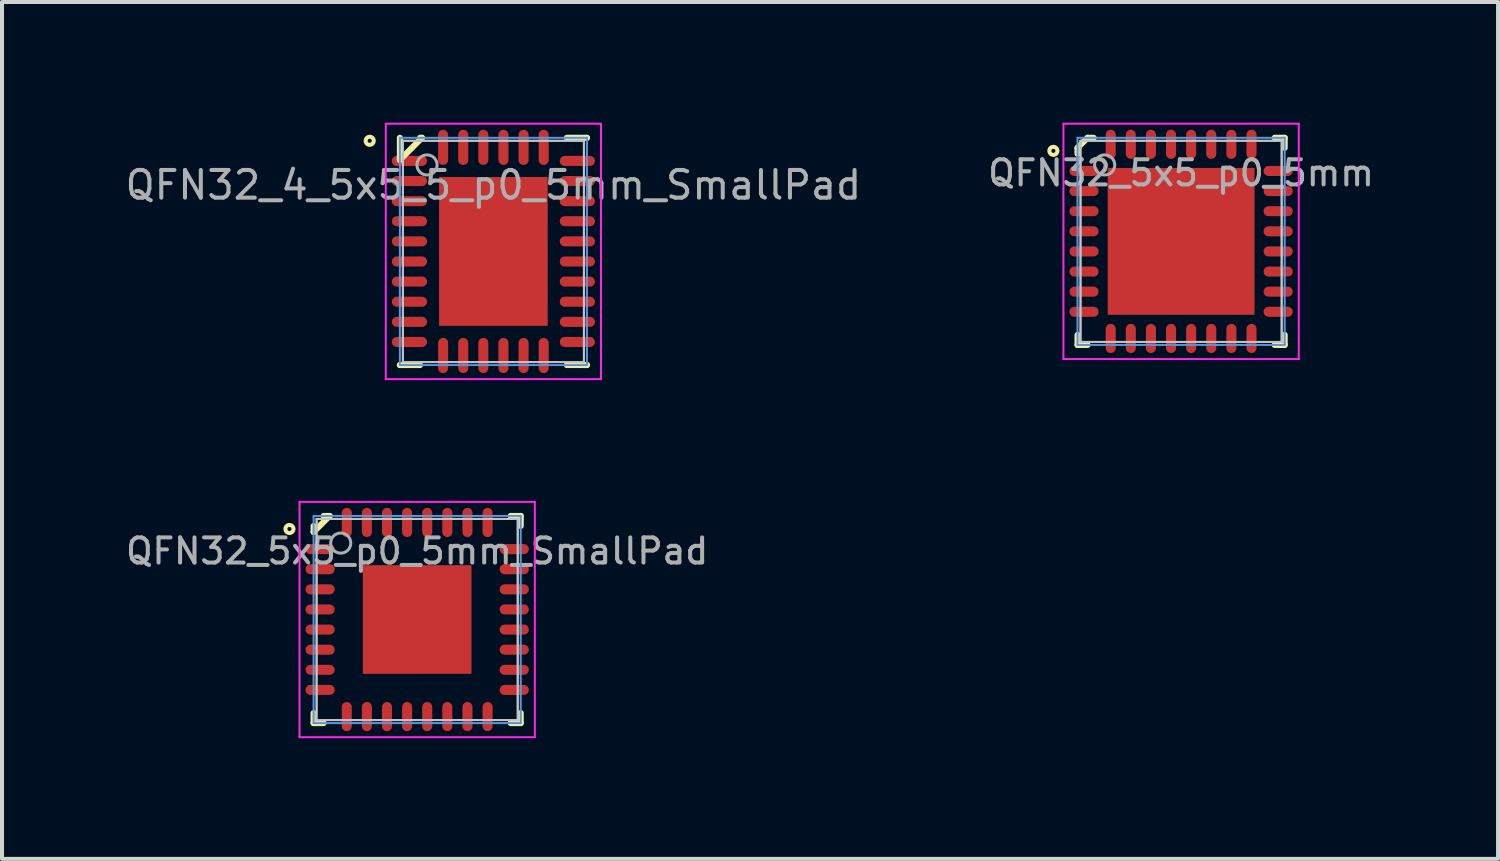
<source format=kicad_pcb>
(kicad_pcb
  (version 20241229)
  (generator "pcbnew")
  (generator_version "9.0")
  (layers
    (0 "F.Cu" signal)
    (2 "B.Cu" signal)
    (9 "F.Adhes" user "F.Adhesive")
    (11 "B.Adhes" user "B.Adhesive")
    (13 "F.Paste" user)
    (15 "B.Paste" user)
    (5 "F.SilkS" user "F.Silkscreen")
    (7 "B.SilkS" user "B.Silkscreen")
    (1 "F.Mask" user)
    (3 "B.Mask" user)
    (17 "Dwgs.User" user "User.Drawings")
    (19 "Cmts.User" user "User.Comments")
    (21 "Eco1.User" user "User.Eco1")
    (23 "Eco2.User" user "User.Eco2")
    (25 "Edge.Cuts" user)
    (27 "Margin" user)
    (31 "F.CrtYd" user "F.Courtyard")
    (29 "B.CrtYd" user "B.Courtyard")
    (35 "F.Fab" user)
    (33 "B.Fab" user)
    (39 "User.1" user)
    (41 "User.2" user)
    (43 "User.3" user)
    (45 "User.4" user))
  (footprint "QFN32_4_5x5_5_p0_5mm_SmallPad"
    (layer "F.Cu")
    (at 9.215 3.2)
    (property "Reference" "QFN32_4_5x5_5_p0_5mm_SmallPad" (at 0 -1.65 0) (layer "F.Fab") (effects (font (size 0.688 0.688) (thickness 0.1))))
    (attr through_hole)
    (fp_line (start -2.325 -2.275) (end -2.325 -2.825) (stroke (width 0.15) (type solid)) (layer "F.SilkS"))
    (fp_line (start -2.325 -2.275) (end -1.775 -2.825) (stroke (width 0.15) (type solid)) (layer "F.SilkS"))
    (fp_line (start -2.325 2.825) (end -2.325 2.825) (stroke (width 0.15) (type solid)) (layer "F.SilkS"))
    (fp_line (start -2.325 2.825) (end -1.825 2.825) (stroke (width 0.15) (type solid)) (layer "F.SilkS"))
    (fp_line (start -1.825 -2.825) (end -1.775 -2.825) (stroke (width 0.15) (type solid)) (layer "F.SilkS"))
    (fp_line (start 2.325 -2.825) (end 1.825 -2.825) (stroke (width 0.15) (type solid)) (layer "F.SilkS"))
    (fp_line (start 2.325 -2.825) (end 2.325 -2.825) (stroke (width 0.15) (type solid)) (layer "F.SilkS"))
    (fp_line (start 2.325 2.825) (end 1.825 2.825) (stroke (width 0.15) (type solid)) (layer "F.SilkS"))
    (fp_line (start 2.325 2.825) (end 2.325 2.825) (stroke (width 0.15) (type solid)) (layer "F.SilkS"))
    (fp_circle (center -3.075 -2.75) (end -3.004 -2.679) (stroke (width 0.1) (type solid)) (fill no) (layer "F.SilkS"))
    (fp_line (start -2.25 -2.75) (end -2.25 2.75) (stroke (width 0.05) (type solid)) (layer "Dwgs.User"))
    (fp_line (start -2.25 -2.75) (end 2.25 -2.75) (stroke (width 0.05) (type solid)) (layer "Dwgs.User"))
    (fp_line (start -2.25 2.75) (end 2.25 2.75) (stroke (width 0.05) (type solid)) (layer "Dwgs.User"))
    (fp_line (start 2.25 -2.75) (end 2.25 2.75) (stroke (width 0.05) (type solid)) (layer "Dwgs.User"))
    (fp_line (start -2.325 -2.825) (end -2.325 2.825) (stroke (width 0.05) (type solid)) (layer "Cmts.User"))
    (fp_line (start -2.325 -2.825) (end 2.325 -2.825) (stroke (width 0.05) (type solid)) (layer "Cmts.User"))
    (fp_line (start -2.325 2.825) (end 2.325 2.825) (stroke (width 0.05) (type solid)) (layer "Cmts.User"))
    (fp_line (start 2.325 -2.825) (end 2.325 2.825) (stroke (width 0.05) (type solid)) (layer "Cmts.User"))
    (fp_line (start -2.175 -2.675) (end -2.175 2.675) (stroke (width 0.05) (type solid)) (layer "Eco1.User"))
    (fp_line (start -2.175 -2.675) (end 2.175 -2.675) (stroke (width 0.05) (type solid)) (layer "Eco1.User"))
    (fp_line (start -2.175 2.675) (end 2.175 2.675) (stroke (width 0.05) (type solid)) (layer "Eco1.User"))
    (fp_line (start 2.175 -2.675) (end 2.175 2.675) (stroke (width 0.05) (type solid)) (layer "Eco1.User"))
    (fp_line (start -2.675 -3.175) (end -2.675 3.175) (stroke (width 0.05) (type solid)) (layer "F.CrtYd"))
    (fp_line (start -2.675 -3.175) (end 2.675 -3.175) (stroke (width 0.05) (type solid)) (layer "F.CrtYd"))
    (fp_line (start -2.675 3.175) (end 2.675 3.175) (stroke (width 0.05) (type solid)) (layer "F.CrtYd"))
    (fp_line (start 2.675 -3.175) (end 2.675 3.175) (stroke (width 0.05) (type solid)) (layer "F.CrtYd"))
    (fp_line (start -2.25 -2.75) (end -2.25 2.75) (stroke (width 0.05) (type solid)) (layer "F.Fab"))
    (fp_line (start -2.25 -2.75) (end 2.25 -2.75) (stroke (width 0.05) (type solid)) (layer "F.Fab"))
    (fp_line (start -2.25 2.75) (end 2.25 2.75) (stroke (width 0.05) (type solid)) (layer "F.Fab"))
    (fp_line (start 2.25 -2.75) (end 2.25 2.75) (stroke (width 0.05) (type solid)) (layer "F.Fab"))
    (fp_circle (center -1.65 -2.15) (end -1.473 -1.973) (stroke (width 0.075) (type solid)) (fill no) (layer "F.Fab"))
    (pad "1" smd oval (at -2.087 -2.25 180) (size 0.875 0.25) (layers "F.Cu" "F.Mask" "F.Paste"))
    (pad "2" smd oval (at -2.087 -1.75 180) (size 0.875 0.25) (layers "F.Cu" "F.Mask" "F.Paste"))
    (pad "3" smd oval (at -2.087 -1.25 180) (size 0.875 0.25) (layers "F.Cu" "F.Mask" "F.Paste"))
    (pad "4" smd oval (at -2.087 -0.75 180) (size 0.875 0.25) (layers "F.Cu" "F.Mask" "F.Paste"))
    (pad "5" smd oval (at -2.087 -0.25 180) (size 0.875 0.25) (layers "F.Cu" "F.Mask" "F.Paste"))
    (pad "6" smd oval (at -2.087 0.25 180) (size 0.875 0.25) (layers "F.Cu" "F.Mask" "F.Paste"))
    (pad "7" smd oval (at -2.087 0.75 180) (size 0.875 0.25) (layers "F.Cu" "F.Mask" "F.Paste"))
    (pad "8" smd oval (at -2.087 1.25 180) (size 0.875 0.25) (layers "F.Cu" "F.Mask" "F.Paste"))
    (pad "9" smd oval (at -2.087 1.75 180) (size 0.875 0.25) (layers "F.Cu" "F.Mask" "F.Paste"))
    (pad "10" smd oval (at -2.087 2.25 180) (size 0.875 0.25) (layers "F.Cu" "F.Mask" "F.Paste"))
    (pad "11" smd oval (at -1.25 2.587 270) (size 0.875 0.25) (layers "F.Cu" "F.Mask" "F.Paste"))
    (pad "12" smd oval (at -0.75 2.587 270) (size 0.875 0.25) (layers "F.Cu" "F.Mask" "F.Paste"))
    (pad "13" smd oval (at -0.25 2.587 270) (size 0.875 0.25) (layers "F.Cu" "F.Mask" "F.Paste"))
    (pad "14" smd oval (at 0.25 2.587 270) (size 0.875 0.25) (layers "F.Cu" "F.Mask" "F.Paste"))
    (pad "15" smd oval (at 0.75 2.587 270) (size 0.875 0.25) (layers "F.Cu" "F.Mask" "F.Paste"))
    (pad "16" smd oval (at 1.25 2.587 270) (size 0.875 0.25) (layers "F.Cu" "F.Mask" "F.Paste"))
    (pad "17" smd oval (at 2.087 2.25) (size 0.875 0.25) (layers "F.Cu" "F.Mask" "F.Paste"))
    (pad "18" smd oval (at 2.087 1.75) (size 0.875 0.25) (layers "F.Cu" "F.Mask" "F.Paste"))
    (pad "19" smd oval (at 2.087 1.25) (size 0.875 0.25) (layers "F.Cu" "F.Mask" "F.Paste"))
    (pad "20" smd oval (at 2.087 0.75) (size 0.875 0.25) (layers "F.Cu" "F.Mask" "F.Paste"))
    (pad "21" smd oval (at 2.087 0.25) (size 0.875 0.25) (layers "F.Cu" "F.Mask" "F.Paste"))
    (pad "22" smd oval (at 2.087 -0.25) (size 0.875 0.25) (layers "F.Cu" "F.Mask" "F.Paste"))
    (pad "23" smd oval (at 2.087 -0.75) (size 0.875 0.25) (layers "F.Cu" "F.Mask" "F.Paste"))
    (pad "24" smd oval (at 2.087 -1.25) (size 0.875 0.25) (layers "F.Cu" "F.Mask" "F.Paste"))
    (pad "25" smd oval (at 2.087 -1.75) (size 0.875 0.25) (layers "F.Cu" "F.Mask" "F.Paste"))
    (pad "26" smd oval (at 2.087 -2.25) (size 0.875 0.25) (layers "F.Cu" "F.Mask" "F.Paste"))
    (pad "27" smd oval (at 1.25 -2.587 90) (size 0.875 0.25) (layers "F.Cu" "F.Mask" "F.Paste"))
    (pad "28" smd oval (at 0.75 -2.587 90) (size 0.875 0.25) (layers "F.Cu" "F.Mask" "F.Paste"))
    (pad "29" smd oval (at 0.25 -2.587 90) (size 0.875 0.25) (layers "F.Cu" "F.Mask" "F.Paste"))
    (pad "30" smd oval (at -0.25 -2.587 90) (size 0.875 0.25) (layers "F.Cu" "F.Mask" "F.Paste"))
    (pad "31" smd oval (at -0.75 -2.587 90) (size 0.875 0.25) (layers "F.Cu" "F.Mask" "F.Paste"))
    (pad "32" smd oval (at -1.25 -2.587 90) (size 0.875 0.25) (layers "F.Cu" "F.Mask" "F.Paste"))
    (pad "33" smd rect (at 0 0) (size 2.7 3.7) (layers "F.Cu" "F.Mask" "F.Paste")))
  (footprint "QFN32_5x5_p0_5mm"
    (layer "F.Cu")
    (at 26.31 2.95)
    (property "Reference" "QFN32_5x5_p0_5mm" (at 0 -1.7 0) (layer "F.Fab") (effects (font (size 0.625 0.625) (thickness 0.1))))
    (attr through_hole)
    (fp_line (start -2.575 -2.325) (end -2.325 -2.575) (stroke (width 0.15) (type solid)) (layer "F.SilkS"))
    (fp_line (start -2.575 -2.175) (end -2.575 -2.325) (stroke (width 0.15) (type solid)) (layer "F.SilkS"))
    (fp_line (start -2.575 2.575) (end -2.575 2.325) (stroke (width 0.15) (type solid)) (layer "F.SilkS"))
    (fp_line (start -2.575 2.575) (end -2.325 2.575) (stroke (width 0.15) (type solid)) (layer "F.SilkS"))
    (fp_line (start -2.325 -2.575) (end -2.175 -2.575) (stroke (width 0.15) (type solid)) (layer "F.SilkS"))
    (fp_line (start 2.575 -2.575) (end 2.325 -2.575) (stroke (width 0.15) (type solid)) (layer "F.SilkS"))
    (fp_line (start 2.575 -2.575) (end 2.575 -2.325) (stroke (width 0.15) (type solid)) (layer "F.SilkS"))
    (fp_line (start 2.575 2.575) (end 2.325 2.575) (stroke (width 0.15) (type solid)) (layer "F.SilkS"))
    (fp_line (start 2.575 2.575) (end 2.575 2.325) (stroke (width 0.15) (type solid)) (layer "F.SilkS"))
    (fp_circle (center -3.175 -2.25) (end -3.104 -2.179) (stroke (width 0.1) (type solid)) (fill no) (layer "F.SilkS"))
    (fp_line (start -2.5 -2.5) (end -2.5 2.5) (stroke (width 0.05) (type solid)) (layer "Dwgs.User"))
    (fp_line (start -2.5 -2.5) (end 2.5 -2.5) (stroke (width 0.05) (type solid)) (layer "Dwgs.User"))
    (fp_line (start -2.5 2.5) (end 2.5 2.5) (stroke (width 0.05) (type solid)) (layer "Dwgs.User"))
    (fp_line (start 2.5 -2.5) (end 2.5 2.5) (stroke (width 0.05) (type solid)) (layer "Dwgs.User"))
    (fp_line (start -2.575 -2.575) (end -2.575 2.575) (stroke (width 0.05) (type solid)) (layer "Cmts.User"))
    (fp_line (start -2.575 -2.575) (end 2.575 -2.575) (stroke (width 0.05) (type solid)) (layer "Cmts.User"))
    (fp_line (start -2.575 2.575) (end 2.575 2.575) (stroke (width 0.05) (type solid)) (layer "Cmts.User"))
    (fp_line (start 2.575 -2.575) (end 2.575 2.575) (stroke (width 0.05) (type solid)) (layer "Cmts.User"))
    (fp_line (start -2.425 -2.425) (end -2.425 2.425) (stroke (width 0.05) (type solid)) (layer "Eco1.User"))
    (fp_line (start -2.425 -2.425) (end 2.425 -2.425) (stroke (width 0.05) (type solid)) (layer "Eco1.User"))
    (fp_line (start -2.425 2.425) (end 2.425 2.425) (stroke (width 0.05) (type solid)) (layer "Eco1.User"))
    (fp_line (start 2.425 -2.425) (end 2.425 2.425) (stroke (width 0.05) (type solid)) (layer "Eco1.User"))
    (fp_line (start -2.925 -2.925) (end -2.925 2.925) (stroke (width 0.05) (type solid)) (layer "F.CrtYd"))
    (fp_line (start -2.925 -2.925) (end 2.925 -2.925) (stroke (width 0.05) (type solid)) (layer "F.CrtYd"))
    (fp_line (start -2.925 2.925) (end 2.925 2.925) (stroke (width 0.05) (type solid)) (layer "F.CrtYd"))
    (fp_line (start 2.925 -2.925) (end 2.925 2.925) (stroke (width 0.05) (type solid)) (layer "F.CrtYd"))
    (fp_line (start -2.5 -2.5) (end -2.5 2.5) (stroke (width 0.05) (type solid)) (layer "F.Fab"))
    (fp_line (start -2.5 -2.5) (end 2.5 -2.5) (stroke (width 0.05) (type solid)) (layer "F.Fab"))
    (fp_line (start -2.5 2.5) (end 2.5 2.5) (stroke (width 0.05) (type solid)) (layer "F.Fab"))
    (fp_line (start 2.5 -2.5) (end 2.5 2.5) (stroke (width 0.05) (type solid)) (layer "F.Fab"))
    (fp_circle (center -1.9 -1.9) (end -1.723 -1.723) (stroke (width 0.075) (type solid)) (fill no) (layer "F.Fab"))
    (pad "1" smd oval (at -2.413 -1.75 180) (size 0.725 0.25) (layers "F.Cu" "F.Mask" "F.Paste"))
    (pad "2" smd oval (at -2.413 -1.25 180) (size 0.725 0.25) (layers "F.Cu" "F.Mask" "F.Paste"))
    (pad "3" smd oval (at -2.413 -0.75 180) (size 0.725 0.25) (layers "F.Cu" "F.Mask" "F.Paste"))
    (pad "4" smd oval (at -2.413 -0.25 180) (size 0.725 0.25) (layers "F.Cu" "F.Mask" "F.Paste"))
    (pad "5" smd oval (at -2.413 0.25 180) (size 0.725 0.25) (layers "F.Cu" "F.Mask" "F.Paste"))
    (pad "6" smd oval (at -2.413 0.75 180) (size 0.725 0.25) (layers "F.Cu" "F.Mask" "F.Paste"))
    (pad "7" smd oval (at -2.413 1.25 180) (size 0.725 0.25) (layers "F.Cu" "F.Mask" "F.Paste"))
    (pad "8" smd oval (at -2.413 1.75 180) (size 0.725 0.25) (layers "F.Cu" "F.Mask" "F.Paste"))
    (pad "9" smd oval (at -1.75 2.413 270) (size 0.725 0.25) (layers "F.Cu" "F.Mask" "F.Paste"))
    (pad "10" smd oval (at -1.25 2.413 270) (size 0.725 0.25) (layers "F.Cu" "F.Mask" "F.Paste"))
    (pad "11" smd oval (at -0.75 2.413 270) (size 0.725 0.25) (layers "F.Cu" "F.Mask" "F.Paste"))
    (pad "12" smd oval (at -0.25 2.413 270) (size 0.725 0.25) (layers "F.Cu" "F.Mask" "F.Paste"))
    (pad "13" smd oval (at 0.25 2.413 270) (size 0.725 0.25) (layers "F.Cu" "F.Mask" "F.Paste"))
    (pad "14" smd oval (at 0.75 2.413 270) (size 0.725 0.25) (layers "F.Cu" "F.Mask" "F.Paste"))
    (pad "15" smd oval (at 1.25 2.413 270) (size 0.725 0.25) (layers "F.Cu" "F.Mask" "F.Paste"))
    (pad "16" smd oval (at 1.75 2.413 270) (size 0.725 0.25) (layers "F.Cu" "F.Mask" "F.Paste"))
    (pad "17" smd oval (at 2.413 1.75) (size 0.725 0.25) (layers "F.Cu" "F.Mask" "F.Paste"))
    (pad "18" smd oval (at 2.413 1.25) (size 0.725 0.25) (layers "F.Cu" "F.Mask" "F.Paste"))
    (pad "19" smd oval (at 2.413 0.75) (size 0.725 0.25) (layers "F.Cu" "F.Mask" "F.Paste"))
    (pad "20" smd oval (at 2.413 0.25) (size 0.725 0.25) (layers "F.Cu" "F.Mask" "F.Paste"))
    (pad "21" smd oval (at 2.413 -0.25) (size 0.725 0.25) (layers "F.Cu" "F.Mask" "F.Paste"))
    (pad "22" smd oval (at 2.413 -0.75) (size 0.725 0.25) (layers "F.Cu" "F.Mask" "F.Paste"))
    (pad "23" smd oval (at 2.413 -1.25) (size 0.725 0.25) (layers "F.Cu" "F.Mask" "F.Paste"))
    (pad "24" smd oval (at 2.413 -1.75) (size 0.725 0.25) (layers "F.Cu" "F.Mask" "F.Paste"))
    (pad "25" smd oval (at 1.75 -2.413 90) (size 0.725 0.25) (layers "F.Cu" "F.Mask" "F.Paste"))
    (pad "26" smd oval (at 1.25 -2.413 90) (size 0.725 0.25) (layers "F.Cu" "F.Mask" "F.Paste"))
    (pad "27" smd oval (at 0.75 -2.413 90) (size 0.725 0.25) (layers "F.Cu" "F.Mask" "F.Paste"))
    (pad "28" smd oval (at 0.25 -2.413 90) (size 0.725 0.25) (layers "F.Cu" "F.Mask" "F.Paste"))
    (pad "29" smd oval (at -0.25 -2.413 90) (size 0.725 0.25) (layers "F.Cu" "F.Mask" "F.Paste"))
    (pad "30" smd oval (at -0.75 -2.413 90) (size 0.725 0.25) (layers "F.Cu" "F.Mask" "F.Paste"))
    (pad "31" smd oval (at -1.25 -2.413 90) (size 0.725 0.25) (layers "F.Cu" "F.Mask" "F.Paste"))
    (pad "32" smd oval (at -1.75 -2.413 90) (size 0.725 0.25) (layers "F.Cu" "F.Mask" "F.Paste"))
    (pad "33" smd rect (at 0 0) (size 3.65 3.65) (layers "F.Cu" "F.Mask" "F.Paste")))
  (footprint "QFN32_5x5_p0_5mm_SmallPad"
    (layer "F.Cu")
    (at 7.32 12.35)
    (property "Reference" "QFN32_5x5_p0_5mm_SmallPad" (at 0 -1.7 0) (layer "F.Fab") (effects (font (size 0.625 0.625) (thickness 0.1))))
    (attr through_hole)
    (fp_line (start -2.575 -2.175) (end -2.575 -2.325) (stroke (width 0.15) (type solid)) (layer "F.SilkS"))
    (fp_line (start -2.575 -2.175) (end -2.175 -2.575) (stroke (width 0.15) (type solid)) (layer "F.SilkS"))
    (fp_line (start -2.575 2.575) (end -2.575 2.325) (stroke (width 0.15) (type solid)) (layer "F.SilkS"))
    (fp_line (start -2.575 2.575) (end -2.325 2.575) (stroke (width 0.15) (type solid)) (layer "F.SilkS"))
    (fp_line (start -2.325 -2.575) (end -2.175 -2.575) (stroke (width 0.15) (type solid)) (layer "F.SilkS"))
    (fp_line (start 2.575 -2.575) (end 2.325 -2.575) (stroke (width 0.15) (type solid)) (layer "F.SilkS"))
    (fp_line (start 2.575 -2.575) (end 2.575 -2.325) (stroke (width 0.15) (type solid)) (layer "F.SilkS"))
    (fp_line (start 2.575 2.575) (end 2.325 2.575) (stroke (width 0.15) (type solid)) (layer "F.SilkS"))
    (fp_line (start 2.575 2.575) (end 2.575 2.325) (stroke (width 0.15) (type solid)) (layer "F.SilkS"))
    (fp_circle (center -3.175 -2.25) (end -3.104 -2.179) (stroke (width 0.1) (type solid)) (fill no) (layer "F.SilkS"))
    (fp_line (start -2.5 -2.5) (end -2.5 2.5) (stroke (width 0.05) (type solid)) (layer "Dwgs.User"))
    (fp_line (start -2.5 -2.5) (end 2.5 -2.5) (stroke (width 0.05) (type solid)) (layer "Dwgs.User"))
    (fp_line (start -2.5 2.5) (end 2.5 2.5) (stroke (width 0.05) (type solid)) (layer "Dwgs.User"))
    (fp_line (start 2.5 -2.5) (end 2.5 2.5) (stroke (width 0.05) (type solid)) (layer "Dwgs.User"))
    (fp_line (start -2.575 -2.575) (end -2.575 2.575) (stroke (width 0.05) (type solid)) (layer "Cmts.User"))
    (fp_line (start -2.575 -2.575) (end 2.575 -2.575) (stroke (width 0.05) (type solid)) (layer "Cmts.User"))
    (fp_line (start -2.575 2.575) (end 2.575 2.575) (stroke (width 0.05) (type solid)) (layer "Cmts.User"))
    (fp_line (start 2.575 -2.575) (end 2.575 2.575) (stroke (width 0.05) (type solid)) (layer "Cmts.User"))
    (fp_line (start -2.425 -2.425) (end -2.425 2.425) (stroke (width 0.05) (type solid)) (layer "Eco1.User"))
    (fp_line (start -2.425 -2.425) (end 2.425 -2.425) (stroke (width 0.05) (type solid)) (layer "Eco1.User"))
    (fp_line (start -2.425 2.425) (end 2.425 2.425) (stroke (width 0.05) (type solid)) (layer "Eco1.User"))
    (fp_line (start 2.425 -2.425) (end 2.425 2.425) (stroke (width 0.05) (type solid)) (layer "Eco1.User"))
    (fp_line (start -2.925 -2.925) (end -2.925 2.925) (stroke (width 0.05) (type solid)) (layer "F.CrtYd"))
    (fp_line (start -2.925 -2.925) (end 2.925 -2.925) (stroke (width 0.05) (type solid)) (layer "F.CrtYd"))
    (fp_line (start -2.925 2.925) (end 2.925 2.925) (stroke (width 0.05) (type solid)) (layer "F.CrtYd"))
    (fp_line (start 2.925 -2.925) (end 2.925 2.925) (stroke (width 0.05) (type solid)) (layer "F.CrtYd"))
    (fp_line (start -2.5 -2.5) (end -2.5 2.5) (stroke (width 0.05) (type solid)) (layer "F.Fab"))
    (fp_line (start -2.5 -2.5) (end 2.5 -2.5) (stroke (width 0.05) (type solid)) (layer "F.Fab"))
    (fp_line (start -2.5 2.5) (end 2.5 2.5) (stroke (width 0.05) (type solid)) (layer "F.Fab"))
    (fp_line (start 2.5 -2.5) (end 2.5 2.5) (stroke (width 0.05) (type solid)) (layer "F.Fab"))
    (fp_circle (center -1.9 -1.9) (end -1.723 -1.723) (stroke (width 0.075) (type solid)) (fill no) (layer "F.Fab"))
    (pad "1" smd oval (at -2.413 -1.75 180) (size 0.725 0.25) (layers "F.Cu" "F.Mask" "F.Paste"))
    (pad "2" smd oval (at -2.413 -1.25 180) (size 0.725 0.25) (layers "F.Cu" "F.Mask" "F.Paste"))
    (pad "3" smd oval (at -2.413 -0.75 180) (size 0.725 0.25) (layers "F.Cu" "F.Mask" "F.Paste"))
    (pad "4" smd oval (at -2.413 -0.25 180) (size 0.725 0.25) (layers "F.Cu" "F.Mask" "F.Paste"))
    (pad "5" smd oval (at -2.413 0.25 180) (size 0.725 0.25) (layers "F.Cu" "F.Mask" "F.Paste"))
    (pad "6" smd oval (at -2.413 0.75 180) (size 0.725 0.25) (layers "F.Cu" "F.Mask" "F.Paste"))
    (pad "7" smd oval (at -2.413 1.25 180) (size 0.725 0.25) (layers "F.Cu" "F.Mask" "F.Paste"))
    (pad "8" smd oval (at -2.413 1.75 180) (size 0.725 0.25) (layers "F.Cu" "F.Mask" "F.Paste"))
    (pad "9" smd oval (at -1.75 2.413 270) (size 0.725 0.25) (layers "F.Cu" "F.Mask" "F.Paste"))
    (pad "10" smd oval (at -1.25 2.413 270) (size 0.725 0.25) (layers "F.Cu" "F.Mask" "F.Paste"))
    (pad "11" smd oval (at -0.75 2.413 270) (size 0.725 0.25) (layers "F.Cu" "F.Mask" "F.Paste"))
    (pad "12" smd oval (at -0.25 2.413 270) (size 0.725 0.25) (layers "F.Cu" "F.Mask" "F.Paste"))
    (pad "13" smd oval (at 0.25 2.413 270) (size 0.725 0.25) (layers "F.Cu" "F.Mask" "F.Paste"))
    (pad "14" smd oval (at 0.75 2.413 270) (size 0.725 0.25) (layers "F.Cu" "F.Mask" "F.Paste"))
    (pad "15" smd oval (at 1.25 2.413 270) (size 0.725 0.25) (layers "F.Cu" "F.Mask" "F.Paste"))
    (pad "16" smd oval (at 1.75 2.413 270) (size 0.725 0.25) (layers "F.Cu" "F.Mask" "F.Paste"))
    (pad "17" smd oval (at 2.413 1.75) (size 0.725 0.25) (layers "F.Cu" "F.Mask" "F.Paste"))
    (pad "18" smd oval (at 2.413 1.25) (size 0.725 0.25) (layers "F.Cu" "F.Mask" "F.Paste"))
    (pad "19" smd oval (at 2.413 0.75) (size 0.725 0.25) (layers "F.Cu" "F.Mask" "F.Paste"))
    (pad "20" smd oval (at 2.413 0.25) (size 0.725 0.25) (layers "F.Cu" "F.Mask" "F.Paste"))
    (pad "21" smd oval (at 2.413 -0.25) (size 0.725 0.25) (layers "F.Cu" "F.Mask" "F.Paste"))
    (pad "22" smd oval (at 2.413 -0.75) (size 0.725 0.25) (layers "F.Cu" "F.Mask" "F.Paste"))
    (pad "23" smd oval (at 2.413 -1.25) (size 0.725 0.25) (layers "F.Cu" "F.Mask" "F.Paste"))
    (pad "24" smd oval (at 2.413 -1.75) (size 0.725 0.25) (layers "F.Cu" "F.Mask" "F.Paste"))
    (pad "25" smd oval (at 1.75 -2.413 90) (size 0.725 0.25) (layers "F.Cu" "F.Mask" "F.Paste"))
    (pad "26" smd oval (at 1.25 -2.413 90) (size 0.725 0.25) (layers "F.Cu" "F.Mask" "F.Paste"))
    (pad "27" smd oval (at 0.75 -2.413 90) (size 0.725 0.25) (layers "F.Cu" "F.Mask" "F.Paste"))
    (pad "28" smd oval (at 0.25 -2.413 90) (size 0.725 0.25) (layers "F.Cu" "F.Mask" "F.Paste"))
    (pad "29" smd oval (at -0.25 -2.413 90) (size 0.725 0.25) (layers "F.Cu" "F.Mask" "F.Paste"))
    (pad "30" smd oval (at -0.75 -2.413 90) (size 0.725 0.25) (layers "F.Cu" "F.Mask" "F.Paste"))
    (pad "31" smd oval (at -1.25 -2.413 90) (size 0.725 0.25) (layers "F.Cu" "F.Mask" "F.Paste"))
    (pad "32" smd oval (at -1.75 -2.413 90) (size 0.725 0.25) (layers "F.Cu" "F.Mask" "F.Paste"))
    (pad "33" smd rect (at 0 0) (size 2.7 2.7) (layers "F.Cu" "F.Mask" "F.Paste")))
  (gr_rect
    (start -3 -3)
    (end 34.189 18.3)
    (stroke (width 0.1) (type default))
    (fill no)
    (layer "Edge.Cuts")))
</source>
